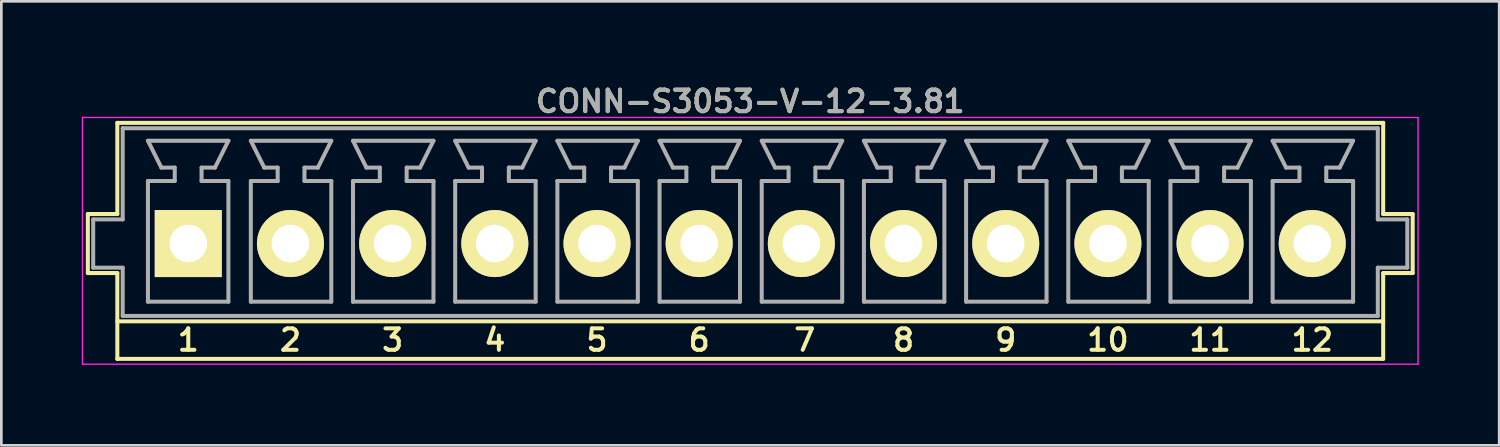
<source format=kicad_pcb>
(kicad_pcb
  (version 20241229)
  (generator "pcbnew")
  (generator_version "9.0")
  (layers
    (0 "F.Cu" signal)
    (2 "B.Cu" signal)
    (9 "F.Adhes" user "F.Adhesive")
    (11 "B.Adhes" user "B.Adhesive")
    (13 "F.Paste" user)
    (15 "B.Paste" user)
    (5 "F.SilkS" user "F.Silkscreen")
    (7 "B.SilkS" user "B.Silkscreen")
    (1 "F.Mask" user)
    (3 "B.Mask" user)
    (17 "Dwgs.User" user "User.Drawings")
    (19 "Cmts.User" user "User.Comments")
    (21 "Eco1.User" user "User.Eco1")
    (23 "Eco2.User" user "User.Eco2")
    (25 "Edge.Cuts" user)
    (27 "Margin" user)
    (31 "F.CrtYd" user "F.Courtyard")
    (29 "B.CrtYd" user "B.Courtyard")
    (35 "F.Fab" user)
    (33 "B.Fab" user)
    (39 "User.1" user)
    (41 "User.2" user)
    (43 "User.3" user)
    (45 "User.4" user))
  (footprint "CONN-S3053-V-12-3.81"
    (layer "F.Cu")
    (at 24.925 5.231)
    (property "Reference" "CONN-S3053-V-12-3.81" (at 0 -4.5 0) (layer "F.SilkS") (effects (font (size 0.8 0.8) (thickness 0.15))))
    (attr through_hole)
    (fp_line (start -24.7 -0.3) (end -24.7 1.9) (stroke (width 0.15) (type solid)) (layer "F.SilkS"))
    (fp_line (start -24.7 1.9) (end -23.6 1.9) (stroke (width 0.15) (type solid)) (layer "F.SilkS"))
    (fp_line (start -23.6 -3.7) (end -23.6 -0.3) (stroke (width 0.15) (type solid)) (layer "F.SilkS"))
    (fp_line (start -23.6 -3.7) (end 23.6 -3.7) (stroke (width 0.15) (type solid)) (layer "F.SilkS"))
    (fp_line (start -23.6 -0.3) (end -24.7 -0.3) (stroke (width 0.15) (type solid)) (layer "F.SilkS"))
    (fp_line (start -23.6 1.9) (end -23.6 5.1) (stroke (width 0.15) (type solid)) (layer "F.SilkS"))
    (fp_line (start -23.6 5.1) (end 23.6 5.1) (stroke (width 0.15) (type solid)) (layer "F.SilkS"))
    (fp_line (start 23.6 -3.7) (end 23.6 -0.3) (stroke (width 0.15) (type solid)) (layer "F.SilkS"))
    (fp_line (start 23.6 1.9) (end 23.6 5.1) (stroke (width 0.15) (type solid)) (layer "F.SilkS"))
    (fp_line (start 23.6 1.9) (end 24.7 1.9) (stroke (width 0.15) (type solid)) (layer "F.SilkS"))
    (fp_line (start 23.6 3.7) (end -23.6 3.7) (stroke (width 0.15) (type solid)) (layer "F.SilkS"))
    (fp_line (start 24.7 -0.3) (end 23.6 -0.3) (stroke (width 0.15) (type solid)) (layer "F.SilkS"))
    (fp_line (start 24.7 -0.3) (end 24.7 1.9) (stroke (width 0.15) (type solid)) (layer "F.SilkS"))
    (fp_line (start -24.9 -3.9) (end 24.9 -3.9) (stroke (width 0.05) (type solid)) (layer "F.CrtYd"))
    (fp_line (start -24.9 5.3) (end -24.9 -3.9) (stroke (width 0.05) (type solid)) (layer "F.CrtYd"))
    (fp_line (start 24.9 -3.9) (end 24.9 5.3) (stroke (width 0.05) (type solid)) (layer "F.CrtYd"))
    (fp_line (start 24.9 5.3) (end -24.9 5.3) (stroke (width 0.05) (type solid)) (layer "F.CrtYd"))
    (fp_line (start -24.5 -0.1) (end -24.5 1.7) (stroke (width 0.15) (type solid)) (layer "F.Fab"))
    (fp_line (start -24.5 1.7) (end -23.4 1.7) (stroke (width 0.15) (type solid)) (layer "F.Fab"))
    (fp_line (start -23.4 -3.5) (end -23.4 -0.1) (stroke (width 0.15) (type solid)) (layer "F.Fab"))
    (fp_line (start -23.4 -3.5) (end 23.4 -3.5) (stroke (width 0.15) (type solid)) (layer "F.Fab"))
    (fp_line (start -23.4 -0.1) (end -24.5 -0.1) (stroke (width 0.15) (type solid)) (layer "F.Fab"))
    (fp_line (start -23.4 1.7) (end -23.4 3.5) (stroke (width 0.15) (type solid)) (layer "F.Fab"))
    (fp_line (start -22.459 -3.032) (end -21.959 -2.032) (stroke (width 0.15) (type solid)) (layer "F.Fab"))
    (fp_line (start -22.459 -1.532) (end -21.459 -1.532) (stroke (width 0.15) (type solid)) (layer "F.Fab"))
    (fp_line (start -22.459 2.968) (end -22.459 -1.532) (stroke (width 0.15) (type solid)) (layer "F.Fab"))
    (fp_line (start -21.459 -2.032) (end -21.959 -2.032) (stroke (width 0.15) (type solid)) (layer "F.Fab"))
    (fp_line (start -21.459 -1.532) (end -21.459 -2.032) (stroke (width 0.15) (type solid)) (layer "F.Fab"))
    (fp_line (start -20.459 -2.032) (end -19.959 -2.032) (stroke (width 0.15) (type solid)) (layer "F.Fab"))
    (fp_line (start -20.459 -1.532) (end -20.459 -2.032) (stroke (width 0.15) (type solid)) (layer "F.Fab"))
    (fp_line (start -20.459 -1.532) (end -19.459 -1.532) (stroke (width 0.15) (type solid)) (layer "F.Fab"))
    (fp_line (start -19.959 -2.032) (end -19.459 -3.032) (stroke (width 0.15) (type solid)) (layer "F.Fab"))
    (fp_line (start -19.459 -3.032) (end -22.459 -3.032) (stroke (width 0.15) (type solid)) (layer "F.Fab"))
    (fp_line (start -19.459 2.968) (end -22.459 2.968) (stroke (width 0.15) (type solid)) (layer "F.Fab"))
    (fp_line (start -19.459 2.968) (end -19.459 -1.532) (stroke (width 0.15) (type solid)) (layer "F.Fab"))
    (fp_line (start -18.622 -3.032) (end -18.122 -2.032) (stroke (width 0.15) (type solid)) (layer "F.Fab"))
    (fp_line (start -18.622 -1.532) (end -17.622 -1.532) (stroke (width 0.15) (type solid)) (layer "F.Fab"))
    (fp_line (start -18.622 2.968) (end -18.622 -1.532) (stroke (width 0.15) (type solid)) (layer "F.Fab"))
    (fp_line (start -17.622 -2.032) (end -18.122 -2.032) (stroke (width 0.15) (type solid)) (layer "F.Fab"))
    (fp_line (start -17.622 -1.532) (end -17.622 -2.032) (stroke (width 0.15) (type solid)) (layer "F.Fab"))
    (fp_line (start -16.622 -2.032) (end -16.122 -2.032) (stroke (width 0.15) (type solid)) (layer "F.Fab"))
    (fp_line (start -16.622 -1.532) (end -16.622 -2.032) (stroke (width 0.15) (type solid)) (layer "F.Fab"))
    (fp_line (start -16.622 -1.532) (end -15.622 -1.532) (stroke (width 0.15) (type solid)) (layer "F.Fab"))
    (fp_line (start -16.122 -2.032) (end -15.622 -3.032) (stroke (width 0.15) (type solid)) (layer "F.Fab"))
    (fp_line (start -15.622 -3.032) (end -18.622 -3.032) (stroke (width 0.15) (type solid)) (layer "F.Fab"))
    (fp_line (start -15.622 2.968) (end -18.622 2.968) (stroke (width 0.15) (type solid)) (layer "F.Fab"))
    (fp_line (start -15.622 2.968) (end -15.622 -1.532) (stroke (width 0.15) (type solid)) (layer "F.Fab"))
    (fp_line (start -14.812 -3.032) (end -14.312 -2.032) (stroke (width 0.15) (type solid)) (layer "F.Fab"))
    (fp_line (start -14.812 -1.532) (end -13.812 -1.532) (stroke (width 0.15) (type solid)) (layer "F.Fab"))
    (fp_line (start -14.812 2.968) (end -14.812 -1.532) (stroke (width 0.15) (type solid)) (layer "F.Fab"))
    (fp_line (start -13.812 -2.032) (end -14.312 -2.032) (stroke (width 0.15) (type solid)) (layer "F.Fab"))
    (fp_line (start -13.812 -1.532) (end -13.812 -2.032) (stroke (width 0.15) (type solid)) (layer "F.Fab"))
    (fp_line (start -12.812 -2.032) (end -12.312 -2.032) (stroke (width 0.15) (type solid)) (layer "F.Fab"))
    (fp_line (start -12.812 -1.532) (end -12.812 -2.032) (stroke (width 0.15) (type solid)) (layer "F.Fab"))
    (fp_line (start -12.812 -1.532) (end -11.812 -1.532) (stroke (width 0.15) (type solid)) (layer "F.Fab"))
    (fp_line (start -12.312 -2.032) (end -11.812 -3.032) (stroke (width 0.15) (type solid)) (layer "F.Fab"))
    (fp_line (start -11.812 -3.032) (end -14.812 -3.032) (stroke (width 0.15) (type solid)) (layer "F.Fab"))
    (fp_line (start -11.812 2.968) (end -14.812 2.968) (stroke (width 0.15) (type solid)) (layer "F.Fab"))
    (fp_line (start -11.812 2.968) (end -11.812 -1.532) (stroke (width 0.15) (type solid)) (layer "F.Fab"))
    (fp_line (start -11.002 -3.032) (end -10.502 -2.032) (stroke (width 0.15) (type solid)) (layer "F.Fab"))
    (fp_line (start -11.002 -1.532) (end -10.002 -1.532) (stroke (width 0.15) (type solid)) (layer "F.Fab"))
    (fp_line (start -11.002 2.968) (end -11.002 -1.532) (stroke (width 0.15) (type solid)) (layer "F.Fab"))
    (fp_line (start -10.002 -2.032) (end -10.502 -2.032) (stroke (width 0.15) (type solid)) (layer "F.Fab"))
    (fp_line (start -10.002 -1.532) (end -10.002 -2.032) (stroke (width 0.15) (type solid)) (layer "F.Fab"))
    (fp_line (start -9.002 -2.032) (end -8.502 -2.032) (stroke (width 0.15) (type solid)) (layer "F.Fab"))
    (fp_line (start -9.002 -1.532) (end -9.002 -2.032) (stroke (width 0.15) (type solid)) (layer "F.Fab"))
    (fp_line (start -9.002 -1.532) (end -8.002 -1.532) (stroke (width 0.15) (type solid)) (layer "F.Fab"))
    (fp_line (start -8.502 -2.032) (end -8.002 -3.032) (stroke (width 0.15) (type solid)) (layer "F.Fab"))
    (fp_line (start -8.002 -3.032) (end -11.002 -3.032) (stroke (width 0.15) (type solid)) (layer "F.Fab"))
    (fp_line (start -8.002 2.968) (end -11.002 2.968) (stroke (width 0.15) (type solid)) (layer "F.Fab"))
    (fp_line (start -8.002 2.968) (end -8.002 -1.532) (stroke (width 0.15) (type solid)) (layer "F.Fab"))
    (fp_line (start -7.192 -3.032) (end -6.692 -2.032) (stroke (width 0.15) (type solid)) (layer "F.Fab"))
    (fp_line (start -7.192 -1.532) (end -6.192 -1.532) (stroke (width 0.15) (type solid)) (layer "F.Fab"))
    (fp_line (start -7.192 2.968) (end -7.192 -1.532) (stroke (width 0.15) (type solid)) (layer "F.Fab"))
    (fp_line (start -6.192 -2.032) (end -6.692 -2.032) (stroke (width 0.15) (type solid)) (layer "F.Fab"))
    (fp_line (start -6.192 -1.532) (end -6.192 -2.032) (stroke (width 0.15) (type solid)) (layer "F.Fab"))
    (fp_line (start -5.192 -2.032) (end -4.692 -2.032) (stroke (width 0.15) (type solid)) (layer "F.Fab"))
    (fp_line (start -5.192 -1.532) (end -5.192 -2.032) (stroke (width 0.15) (type solid)) (layer "F.Fab"))
    (fp_line (start -5.192 -1.532) (end -4.192 -1.532) (stroke (width 0.15) (type solid)) (layer "F.Fab"))
    (fp_line (start -4.692 -2.032) (end -4.192 -3.032) (stroke (width 0.15) (type solid)) (layer "F.Fab"))
    (fp_line (start -4.192 -3.032) (end -7.192 -3.032) (stroke (width 0.15) (type solid)) (layer "F.Fab"))
    (fp_line (start -4.192 2.968) (end -7.192 2.968) (stroke (width 0.15) (type solid)) (layer "F.Fab"))
    (fp_line (start -4.192 2.968) (end -4.192 -1.532) (stroke (width 0.15) (type solid)) (layer "F.Fab"))
    (fp_line (start -3.382 -3.032) (end -2.882 -2.032) (stroke (width 0.15) (type solid)) (layer "F.Fab"))
    (fp_line (start -3.382 -1.532) (end -2.382 -1.532) (stroke (width 0.15) (type solid)) (layer "F.Fab"))
    (fp_line (start -3.382 2.968) (end -3.382 -1.532) (stroke (width 0.15) (type solid)) (layer "F.Fab"))
    (fp_line (start -2.382 -2.032) (end -2.882 -2.032) (stroke (width 0.15) (type solid)) (layer "F.Fab"))
    (fp_line (start -2.382 -1.532) (end -2.382 -2.032) (stroke (width 0.15) (type solid)) (layer "F.Fab"))
    (fp_line (start -1.382 -2.032) (end -0.882 -2.032) (stroke (width 0.15) (type solid)) (layer "F.Fab"))
    (fp_line (start -1.382 -1.532) (end -1.382 -2.032) (stroke (width 0.15) (type solid)) (layer "F.Fab"))
    (fp_line (start -1.382 -1.532) (end -0.382 -1.532) (stroke (width 0.15) (type solid)) (layer "F.Fab"))
    (fp_line (start -0.882 -2.032) (end -0.382 -3.032) (stroke (width 0.15) (type solid)) (layer "F.Fab"))
    (fp_line (start -0.382 -3.032) (end -3.382 -3.032) (stroke (width 0.15) (type solid)) (layer "F.Fab"))
    (fp_line (start -0.382 2.968) (end -3.382 2.968) (stroke (width 0.15) (type solid)) (layer "F.Fab"))
    (fp_line (start -0.382 2.968) (end -0.382 -1.532) (stroke (width 0.15) (type solid)) (layer "F.Fab"))
    (fp_line (start 0.428 -3.032) (end 0.928 -2.032) (stroke (width 0.15) (type solid)) (layer "F.Fab"))
    (fp_line (start 0.428 -1.532) (end 1.428 -1.532) (stroke (width 0.15) (type solid)) (layer "F.Fab"))
    (fp_line (start 0.428 2.968) (end 0.428 -1.532) (stroke (width 0.15) (type solid)) (layer "F.Fab"))
    (fp_line (start 1.428 -2.032) (end 0.928 -2.032) (stroke (width 0.15) (type solid)) (layer "F.Fab"))
    (fp_line (start 1.428 -1.532) (end 1.428 -2.032) (stroke (width 0.15) (type solid)) (layer "F.Fab"))
    (fp_line (start 2.428 -2.032) (end 2.928 -2.032) (stroke (width 0.15) (type solid)) (layer "F.Fab"))
    (fp_line (start 2.428 -1.532) (end 2.428 -2.032) (stroke (width 0.15) (type solid)) (layer "F.Fab"))
    (fp_line (start 2.428 -1.532) (end 3.428 -1.532) (stroke (width 0.15) (type solid)) (layer "F.Fab"))
    (fp_line (start 2.928 -2.032) (end 3.428 -3.032) (stroke (width 0.15) (type solid)) (layer "F.Fab"))
    (fp_line (start 3.428 -3.032) (end 0.428 -3.032) (stroke (width 0.15) (type solid)) (layer "F.Fab"))
    (fp_line (start 3.428 2.968) (end 0.428 2.968) (stroke (width 0.15) (type solid)) (layer "F.Fab"))
    (fp_line (start 3.428 2.968) (end 3.428 -1.532) (stroke (width 0.15) (type solid)) (layer "F.Fab"))
    (fp_line (start 4.238 -3.032) (end 4.738 -2.032) (stroke (width 0.15) (type solid)) (layer "F.Fab"))
    (fp_line (start 4.238 -1.532) (end 5.238 -1.532) (stroke (width 0.15) (type solid)) (layer "F.Fab"))
    (fp_line (start 4.238 2.968) (end 4.238 -1.532) (stroke (width 0.15) (type solid)) (layer "F.Fab"))
    (fp_line (start 5.238 -2.032) (end 4.738 -2.032) (stroke (width 0.15) (type solid)) (layer "F.Fab"))
    (fp_line (start 5.238 -1.532) (end 5.238 -2.032) (stroke (width 0.15) (type solid)) (layer "F.Fab"))
    (fp_line (start 6.238 -2.032) (end 6.738 -2.032) (stroke (width 0.15) (type solid)) (layer "F.Fab"))
    (fp_line (start 6.238 -1.532) (end 6.238 -2.032) (stroke (width 0.15) (type solid)) (layer "F.Fab"))
    (fp_line (start 6.238 -1.532) (end 7.238 -1.532) (stroke (width 0.15) (type solid)) (layer "F.Fab"))
    (fp_line (start 6.738 -2.032) (end 7.238 -3.032) (stroke (width 0.15) (type solid)) (layer "F.Fab"))
    (fp_line (start 7.238 -3.032) (end 4.238 -3.032) (stroke (width 0.15) (type solid)) (layer "F.Fab"))
    (fp_line (start 7.238 2.968) (end 4.238 2.968) (stroke (width 0.15) (type solid)) (layer "F.Fab"))
    (fp_line (start 7.238 2.968) (end 7.238 -1.532) (stroke (width 0.15) (type solid)) (layer "F.Fab"))
    (fp_line (start 8.048 -3.032) (end 8.548 -2.032) (stroke (width 0.15) (type solid)) (layer "F.Fab"))
    (fp_line (start 8.048 -1.532) (end 9.048 -1.532) (stroke (width 0.15) (type solid)) (layer "F.Fab"))
    (fp_line (start 8.048 2.968) (end 8.048 -1.532) (stroke (width 0.15) (type solid)) (layer "F.Fab"))
    (fp_line (start 9.048 -2.032) (end 8.548 -2.032) (stroke (width 0.15) (type solid)) (layer "F.Fab"))
    (fp_line (start 9.048 -1.532) (end 9.048 -2.032) (stroke (width 0.15) (type solid)) (layer "F.Fab"))
    (fp_line (start 10.048 -2.032) (end 10.548 -2.032) (stroke (width 0.15) (type solid)) (layer "F.Fab"))
    (fp_line (start 10.048 -1.532) (end 10.048 -2.032) (stroke (width 0.15) (type solid)) (layer "F.Fab"))
    (fp_line (start 10.048 -1.532) (end 11.048 -1.532) (stroke (width 0.15) (type solid)) (layer "F.Fab"))
    (fp_line (start 10.548 -2.032) (end 11.048 -3.032) (stroke (width 0.15) (type solid)) (layer "F.Fab"))
    (fp_line (start 11.048 -3.032) (end 8.048 -3.032) (stroke (width 0.15) (type solid)) (layer "F.Fab"))
    (fp_line (start 11.048 2.968) (end 8.048 2.968) (stroke (width 0.15) (type solid)) (layer "F.Fab"))
    (fp_line (start 11.048 2.968) (end 11.048 -1.532) (stroke (width 0.15) (type solid)) (layer "F.Fab"))
    (fp_line (start 11.858 -3.032) (end 12.358 -2.032) (stroke (width 0.15) (type solid)) (layer "F.Fab"))
    (fp_line (start 11.858 -1.532) (end 12.858 -1.532) (stroke (width 0.15) (type solid)) (layer "F.Fab"))
    (fp_line (start 11.858 2.968) (end 11.858 -1.532) (stroke (width 0.15) (type solid)) (layer "F.Fab"))
    (fp_line (start 12.858 -2.032) (end 12.358 -2.032) (stroke (width 0.15) (type solid)) (layer "F.Fab"))
    (fp_line (start 12.858 -1.532) (end 12.858 -2.032) (stroke (width 0.15) (type solid)) (layer "F.Fab"))
    (fp_line (start 13.858 -2.032) (end 14.358 -2.032) (stroke (width 0.15) (type solid)) (layer "F.Fab"))
    (fp_line (start 13.858 -1.532) (end 13.858 -2.032) (stroke (width 0.15) (type solid)) (layer "F.Fab"))
    (fp_line (start 13.858 -1.532) (end 14.858 -1.532) (stroke (width 0.15) (type solid)) (layer "F.Fab"))
    (fp_line (start 14.358 -2.032) (end 14.858 -3.032) (stroke (width 0.15) (type solid)) (layer "F.Fab"))
    (fp_line (start 14.858 -3.032) (end 11.858 -3.032) (stroke (width 0.15) (type solid)) (layer "F.Fab"))
    (fp_line (start 14.858 2.968) (end 11.858 2.968) (stroke (width 0.15) (type solid)) (layer "F.Fab"))
    (fp_line (start 14.858 2.968) (end 14.858 -1.532) (stroke (width 0.15) (type solid)) (layer "F.Fab"))
    (fp_line (start 15.668 -3.032) (end 16.168 -2.032) (stroke (width 0.15) (type solid)) (layer "F.Fab"))
    (fp_line (start 15.668 -1.532) (end 16.668 -1.532) (stroke (width 0.15) (type solid)) (layer "F.Fab"))
    (fp_line (start 15.668 2.968) (end 15.668 -1.532) (stroke (width 0.15) (type solid)) (layer "F.Fab"))
    (fp_line (start 16.668 -2.032) (end 16.168 -2.032) (stroke (width 0.15) (type solid)) (layer "F.Fab"))
    (fp_line (start 16.668 -1.532) (end 16.668 -2.032) (stroke (width 0.15) (type solid)) (layer "F.Fab"))
    (fp_line (start 17.668 -2.032) (end 18.168 -2.032) (stroke (width 0.15) (type solid)) (layer "F.Fab"))
    (fp_line (start 17.668 -1.532) (end 17.668 -2.032) (stroke (width 0.15) (type solid)) (layer "F.Fab"))
    (fp_line (start 17.668 -1.532) (end 18.668 -1.532) (stroke (width 0.15) (type solid)) (layer "F.Fab"))
    (fp_line (start 18.168 -2.032) (end 18.668 -3.032) (stroke (width 0.15) (type solid)) (layer "F.Fab"))
    (fp_line (start 18.668 -3.032) (end 15.668 -3.032) (stroke (width 0.15) (type solid)) (layer "F.Fab"))
    (fp_line (start 18.668 2.968) (end 15.668 2.968) (stroke (width 0.15) (type solid)) (layer "F.Fab"))
    (fp_line (start 18.668 2.968) (end 18.668 -1.532) (stroke (width 0.15) (type solid)) (layer "F.Fab"))
    (fp_line (start 19.478 -3.032) (end 19.978 -2.032) (stroke (width 0.15) (type solid)) (layer "F.Fab"))
    (fp_line (start 19.478 -1.532) (end 20.478 -1.532) (stroke (width 0.15) (type solid)) (layer "F.Fab"))
    (fp_line (start 19.478 2.968) (end 19.478 -1.532) (stroke (width 0.15) (type solid)) (layer "F.Fab"))
    (fp_line (start 20.478 -2.032) (end 19.978 -2.032) (stroke (width 0.15) (type solid)) (layer "F.Fab"))
    (fp_line (start 20.478 -1.532) (end 20.478 -2.032) (stroke (width 0.15) (type solid)) (layer "F.Fab"))
    (fp_line (start 21.478 -2.032) (end 21.978 -2.032) (stroke (width 0.15) (type solid)) (layer "F.Fab"))
    (fp_line (start 21.478 -1.532) (end 21.478 -2.032) (stroke (width 0.15) (type solid)) (layer "F.Fab"))
    (fp_line (start 21.478 -1.532) (end 22.478 -1.532) (stroke (width 0.15) (type solid)) (layer "F.Fab"))
    (fp_line (start 21.978 -2.032) (end 22.478 -3.032) (stroke (width 0.15) (type solid)) (layer "F.Fab"))
    (fp_line (start 22.478 -3.032) (end 19.478 -3.032) (stroke (width 0.15) (type solid)) (layer "F.Fab"))
    (fp_line (start 22.478 2.968) (end 19.478 2.968) (stroke (width 0.15) (type solid)) (layer "F.Fab"))
    (fp_line (start 22.478 2.968) (end 22.478 -1.532) (stroke (width 0.15) (type solid)) (layer "F.Fab"))
    (fp_line (start 23.4 -0.1) (end 23.4 -3.5) (stroke (width 0.15) (type solid)) (layer "F.Fab"))
    (fp_line (start 23.4 1.7) (end 24.5 1.7) (stroke (width 0.15) (type solid)) (layer "F.Fab"))
    (fp_line (start 23.4 3.5) (end -23.4 3.5) (stroke (width 0.15) (type solid)) (layer "F.Fab"))
    (fp_line (start 23.4 3.5) (end 23.4 1.7) (stroke (width 0.15) (type solid)) (layer "F.Fab"))
    (fp_line (start 24.5 -0.1) (end 23.4 -0.1) (stroke (width 0.15) (type solid)) (layer "F.Fab"))
    (fp_line (start 24.5 1.7) (end 24.5 -0.1) (stroke (width 0.15) (type solid)) (layer "F.Fab"))
    (fp_text user "12" (at 20.955 4.4 0) (layer "F.SilkS") (effects (font (size 0.8 0.8) (thickness 0.15))))
    (fp_text user "9" (at 9.525 4.4 0) (layer "F.SilkS") (effects (font (size 0.8 0.8) (thickness 0.15))))
    (fp_text user "7" (at 2.032 4.4 0) (layer "F.SilkS") (effects (font (size 0.8 0.8) (thickness 0.15))))
    (fp_text user "1" (at -20.955 4.4 0) (layer "F.SilkS") (effects (font (size 0.8 0.8) (thickness 0.15))))
    (fp_text user "8" (at 5.715 4.4 0) (layer "F.SilkS") (effects (font (size 0.8 0.8) (thickness 0.15))))
    (fp_text user "6" (at -1.905 4.4 0) (layer "F.SilkS") (effects (font (size 0.8 0.8) (thickness 0.15))))
    (fp_text user "5" (at -5.715 4.4 0) (layer "F.SilkS") (effects (font (size 0.8 0.8) (thickness 0.15))))
    (fp_text user "3" (at -13.335 4.4 0) (layer "F.SilkS") (effects (font (size 0.8 0.8) (thickness 0.15))))
    (fp_text user "11" (at 17.145 4.4 0) (layer "F.SilkS") (effects (font (size 0.8 0.8) (thickness 0.15))))
    (fp_text user "10" (at 13.335 4.4 0) (layer "F.SilkS") (effects (font (size 0.8 0.8) (thickness 0.15))))
    (fp_text user "4" (at -9.525 4.4 0) (layer "F.SilkS") (effects (font (size 0.8 0.8) (thickness 0.15))))
    (fp_text user "2" (at -17.145 4.4 0) (layer "F.SilkS") (effects (font (size 0.8 0.8) (thickness 0.15))))
    (fp_text user "${REFERENCE}" (at 0 -4.5 0) (layer "F.Fab") (effects (font (size 0.8 0.8) (thickness 0.15))))
    (pad "1" thru_hole rect (at -20.955 0.8 180) (size 2.5 2.5) (drill 1.4) (layers "*.Cu" "*.Mask" "F.SilkS"))
    (pad "2" thru_hole circle (at -17.145 0.8 180) (size 2.5 2.5) (drill 1.4) (layers "*.Cu" "*.Mask" "F.SilkS"))
    (pad "3" thru_hole circle (at -13.335 0.8 180) (size 2.5 2.5) (drill 1.4) (layers "*.Cu" "*.Mask" "F.SilkS"))
    (pad "4" thru_hole circle (at -9.525 0.8 180) (size 2.5 2.5) (drill 1.4) (layers "*.Cu" "*.Mask" "F.SilkS"))
    (pad "5" thru_hole circle (at -5.715 0.8 180) (size 2.5 2.5) (drill 1.4) (layers "*.Cu" "*.Mask" "F.SilkS"))
    (pad "6" thru_hole circle (at -1.905 0.8 180) (size 2.5 2.5) (drill 1.4) (layers "*.Cu" "*.Mask" "F.SilkS"))
    (pad "7" thru_hole circle (at 1.905 0.8 180) (size 2.5 2.5) (drill 1.4) (layers "*.Cu" "*.Mask" "F.SilkS"))
    (pad "8" thru_hole circle (at 5.715 0.8 180) (size 2.5 2.5) (drill 1.4) (layers "*.Cu" "*.Mask" "F.SilkS"))
    (pad "9" thru_hole circle (at 9.525 0.8 180) (size 2.5 2.5) (drill 1.4) (layers "*.Cu" "*.Mask" "F.SilkS"))
    (pad "10" thru_hole circle (at 13.335 0.8 180) (size 2.5 2.5) (drill 1.4) (layers "*.Cu" "*.Mask" "F.SilkS"))
    (pad "11" thru_hole circle (at 17.145 0.8 180) (size 2.5 2.5) (drill 1.4) (layers "*.Cu" "*.Mask" "F.SilkS"))
    (pad "12" thru_hole circle (at 20.955 0.8 180) (size 2.5 2.5) (drill 1.4) (layers "*.Cu" "*.Mask" "F.SilkS")))
  (gr_rect
    (start -3 -3)
    (end 52.85 13.556)
    (stroke (width 0.1) (type default))
    (fill no)
    (layer "Edge.Cuts")))
</source>
